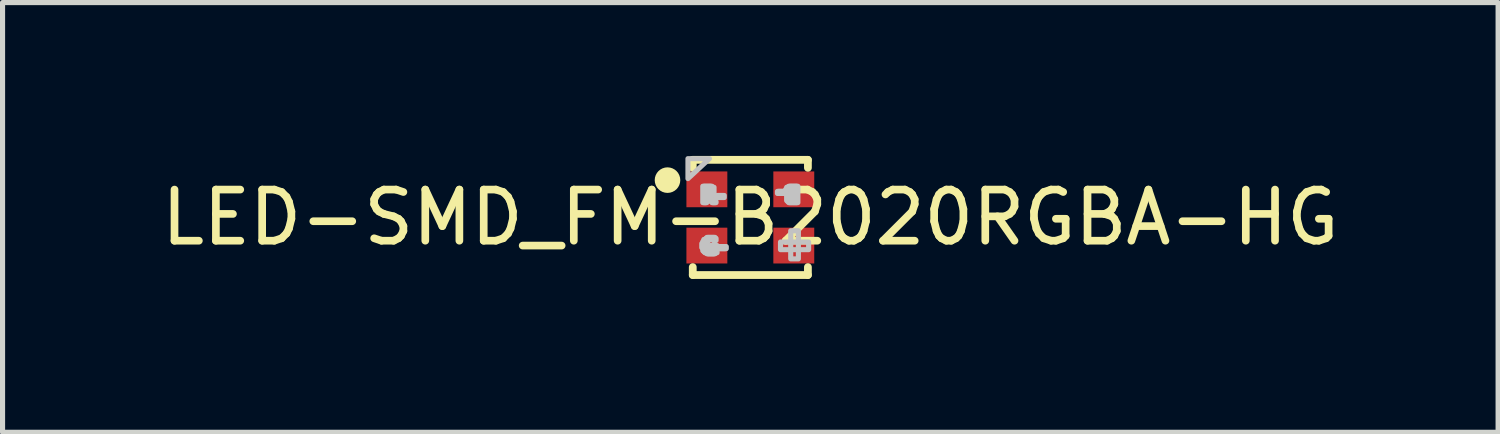
<source format=kicad_pcb>
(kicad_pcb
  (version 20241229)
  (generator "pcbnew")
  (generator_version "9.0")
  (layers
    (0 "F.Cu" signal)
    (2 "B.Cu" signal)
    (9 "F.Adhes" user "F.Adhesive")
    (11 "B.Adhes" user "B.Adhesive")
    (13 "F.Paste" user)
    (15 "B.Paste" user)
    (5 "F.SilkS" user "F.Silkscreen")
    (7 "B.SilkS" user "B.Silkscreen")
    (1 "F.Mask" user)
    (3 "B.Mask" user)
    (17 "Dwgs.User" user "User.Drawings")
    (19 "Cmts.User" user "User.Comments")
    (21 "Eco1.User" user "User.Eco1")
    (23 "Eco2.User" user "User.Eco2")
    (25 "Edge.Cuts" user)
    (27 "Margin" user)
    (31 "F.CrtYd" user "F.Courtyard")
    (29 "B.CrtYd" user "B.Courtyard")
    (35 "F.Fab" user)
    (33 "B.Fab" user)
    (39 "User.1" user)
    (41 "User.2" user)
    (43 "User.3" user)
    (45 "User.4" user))
  (footprint "LED-SMD_FM-B2020RGBA-HG"
    (layer "F.Cu")
    (at 11.625 1.203)
    (property "Reference" "LED-SMD_FM-B2020RGBA-HG" (at 0 0 0) (layer "F.SilkS") (effects (font (size 1 1) (thickness 0.15))))
    (fp_line (start -1.126 -1.127) (end 1.126 -1.127) (stroke (width 0.152) (type default)) (layer "F.SilkS"))
    (fp_line (start -1.126 -0.971) (end -1.126 -1.127) (stroke (width 0.152) (type default)) (layer "F.SilkS"))
    (fp_line (start -1.126 0.971) (end -1.126 1.126) (stroke (width 0.152) (type default)) (layer "F.SilkS"))
    (fp_line (start -1.126 1.126) (end 1.126 1.126) (stroke (width 0.152) (type default)) (layer "F.SilkS"))
    (fp_line (start 1.126 -1.127) (end 1.126 -0.971) (stroke (width 0.152) (type default)) (layer "F.SilkS"))
    (fp_line (start 1.126 1.126) (end 1.126 0.971) (stroke (width 0.152) (type default)) (layer "F.SilkS"))
    (fp_circle (center -1.62 -0.73) (end -1.495 -0.73) (stroke (width 0.25) (type default)) (fill no) (layer "F.SilkS"))
    (fp_poly (pts (xy -0.8 -1.15) (xy -1.22 -1.15) (xy -1.22 -0.76)) (stroke (width 0.1) (type default)) (fill no) (layer "Dwgs.User"))
    (fp_poly (pts (xy -0.95 0.51) (xy -0.93 0.51) (xy -0.93 0.59) (xy -0.95 0.59)) (stroke (width 0.1) (type default)) (fill no) (layer "Dwgs.User"))
    (fp_poly (pts (xy -0.93 -0.61) (xy -0.91 -0.61) (xy -0.91 -0.29) (xy -0.93 -0.29)) (stroke (width 0.1) (type default)) (fill no) (layer "Dwgs.User"))
    (fp_poly (pts (xy -0.93 0.47) (xy -0.91 0.47) (xy -0.91 0.65) (xy -0.93 0.65)) (stroke (width 0.1) (type default)) (fill no) (layer "Dwgs.User"))
    (fp_poly (pts (xy -0.91 -0.61) (xy -0.89 -0.61) (xy -0.89 -0.29) (xy -0.91 -0.29)) (stroke (width 0.1) (type default)) (fill no) (layer "Dwgs.User"))
    (fp_poly (pts (xy -0.91 0.43) (xy -0.89 0.43) (xy -0.89 0.67) (xy -0.91 0.67)) (stroke (width 0.1) (type default)) (fill no) (layer "Dwgs.User"))
    (fp_poly (pts (xy -0.89 -0.61) (xy -0.87 -0.61) (xy -0.87 -0.29) (xy -0.89 -0.29)) (stroke (width 0.1) (type default)) (fill no) (layer "Dwgs.User"))
    (fp_poly (pts (xy -0.89 0.43) (xy -0.87 0.43) (xy -0.87 0.69) (xy -0.89 0.69)) (stroke (width 0.1) (type default)) (fill no) (layer "Dwgs.User"))
    (fp_poly (pts (xy -0.87 -0.61) (xy -0.85 -0.61) (xy -0.85 -0.29) (xy -0.87 -0.29)) (stroke (width 0.1) (type default)) (fill no) (layer "Dwgs.User"))
    (fp_poly (pts (xy -0.87 0.41) (xy -0.85 0.41) (xy -0.85 0.49) (xy -0.87 0.49)) (stroke (width 0.1) (type default)) (fill no) (layer "Dwgs.User"))
    (fp_poly (pts (xy -0.87 0.61) (xy -0.85 0.61) (xy -0.85 0.69) (xy -0.87 0.69)) (stroke (width 0.1) (type default)) (fill no) (layer "Dwgs.User"))
    (fp_poly (pts (xy -0.85 -0.61) (xy -0.83 -0.61) (xy -0.83 -0.57) (xy -0.85 -0.57)) (stroke (width 0.1) (type default)) (fill no) (layer "Dwgs.User"))
    (fp_poly (pts (xy -0.85 -0.47) (xy -0.83 -0.47) (xy -0.83 -0.43) (xy -0.85 -0.43)) (stroke (width 0.1) (type default)) (fill no) (layer "Dwgs.User"))
    (fp_poly (pts (xy -0.85 0.39) (xy -0.83 0.39) (xy -0.83 0.47) (xy -0.85 0.47)) (stroke (width 0.1) (type default)) (fill no) (layer "Dwgs.User"))
    (fp_poly (pts (xy -0.85 0.65) (xy -0.83 0.65) (xy -0.83 0.71) (xy -0.85 0.71)) (stroke (width 0.1) (type default)) (fill no) (layer "Dwgs.User"))
    (fp_poly (pts (xy -0.83 -0.61) (xy -0.81 -0.61) (xy -0.81 -0.57) (xy -0.83 -0.57)) (stroke (width 0.1) (type default)) (fill no) (layer "Dwgs.User"))
    (fp_poly (pts (xy -0.83 -0.47) (xy -0.81 -0.47) (xy -0.81 -0.41) (xy -0.83 -0.41)) (stroke (width 0.1) (type default)) (fill no) (layer "Dwgs.User"))
    (fp_poly (pts (xy -0.83 0.39) (xy -0.81 0.39) (xy -0.81 0.45) (xy -0.83 0.45)) (stroke (width 0.1) (type default)) (fill no) (layer "Dwgs.User"))
    (fp_poly (pts (xy -0.83 0.65) (xy -0.81 0.65) (xy -0.81 0.71) (xy -0.83 0.71)) (stroke (width 0.1) (type default)) (fill no) (layer "Dwgs.User"))
    (fp_poly (pts (xy -0.81 -0.61) (xy -0.79 -0.61) (xy -0.79 -0.57) (xy -0.81 -0.57)) (stroke (width 0.1) (type default)) (fill no) (layer "Dwgs.User"))
    (fp_poly (pts (xy -0.81 -0.47) (xy -0.79 -0.47) (xy -0.79 -0.39) (xy -0.81 -0.39)) (stroke (width 0.1) (type default)) (fill no) (layer "Dwgs.User"))
    (fp_poly (pts (xy -0.81 0.39) (xy -0.79 0.39) (xy -0.79 0.43) (xy -0.81 0.43)) (stroke (width 0.1) (type default)) (fill no) (layer "Dwgs.User"))
    (fp_poly (pts (xy -0.81 0.67) (xy -0.79 0.67) (xy -0.79 0.71) (xy -0.81 0.71)) (stroke (width 0.1) (type default)) (fill no) (layer "Dwgs.User"))
    (fp_poly (pts (xy -0.79 -0.61) (xy -0.77 -0.61) (xy -0.77 -0.55) (xy -0.79 -0.55)) (stroke (width 0.1) (type default)) (fill no) (layer "Dwgs.User"))
    (fp_poly (pts (xy -0.79 -0.49) (xy -0.77 -0.49) (xy -0.77 -0.35) (xy -0.79 -0.35)) (stroke (width 0.1) (type default)) (fill no) (layer "Dwgs.User"))
    (fp_poly (pts (xy -0.79 0.39) (xy -0.77 0.39) (xy -0.77 0.43) (xy -0.79 0.43)) (stroke (width 0.1) (type default)) (fill no) (layer "Dwgs.User"))
    (fp_poly (pts (xy -0.79 0.55) (xy -0.77 0.55) (xy -0.77 0.59) (xy -0.79 0.59)) (stroke (width 0.1) (type default)) (fill no) (layer "Dwgs.User"))
    (fp_poly (pts (xy -0.79 0.67) (xy -0.77 0.67) (xy -0.77 0.71) (xy -0.79 0.71)) (stroke (width 0.1) (type default)) (fill no) (layer "Dwgs.User"))
    (fp_poly (pts (xy -0.77 -0.61) (xy -0.75 -0.61) (xy -0.75 -0.45) (xy -0.77 -0.45)) (stroke (width 0.1) (type default)) (fill no) (layer "Dwgs.User"))
    (fp_poly (pts (xy -0.77 -0.43) (xy -0.75 -0.43) (xy -0.75 -0.31) (xy -0.77 -0.31)) (stroke (width 0.1) (type default)) (fill no) (layer "Dwgs.User"))
    (fp_poly (pts (xy -0.77 0.39) (xy -0.75 0.39) (xy -0.75 0.43) (xy -0.77 0.43)) (stroke (width 0.1) (type default)) (fill no) (layer "Dwgs.User"))
    (fp_poly (pts (xy -0.77 0.55) (xy -0.75 0.55) (xy -0.75 0.59) (xy -0.77 0.59)) (stroke (width 0.1) (type default)) (fill no) (layer "Dwgs.User"))
    (fp_poly (pts (xy -0.77 0.67) (xy -0.75 0.67) (xy -0.75 0.71) (xy -0.77 0.71)) (stroke (width 0.1) (type default)) (fill no) (layer "Dwgs.User"))
    (fp_poly (pts (xy -0.75 -0.59) (xy -0.73 -0.59) (xy -0.73 -0.45) (xy -0.75 -0.45)) (stroke (width 0.1) (type default)) (fill no) (layer "Dwgs.User"))
    (fp_poly (pts (xy -0.75 -0.41) (xy -0.73 -0.41) (xy -0.73 -0.29) (xy -0.75 -0.29)) (stroke (width 0.1) (type default)) (fill no) (layer "Dwgs.User"))
    (fp_poly (pts (xy -0.75 0.39) (xy -0.73 0.39) (xy -0.73 0.43) (xy -0.75 0.43)) (stroke (width 0.1) (type default)) (fill no) (layer "Dwgs.User"))
    (fp_poly (pts (xy -0.75 0.55) (xy -0.73 0.55) (xy -0.73 0.59) (xy -0.75 0.59)) (stroke (width 0.1) (type default)) (fill no) (layer "Dwgs.User"))
    (fp_poly (pts (xy -0.75 0.67) (xy -0.73 0.67) (xy -0.73 0.71) (xy -0.75 0.71)) (stroke (width 0.1) (type default)) (fill no) (layer "Dwgs.User"))
    (fp_poly (pts (xy -0.73 -0.59) (xy -0.71 -0.59) (xy -0.71 -0.47) (xy -0.73 -0.47)) (stroke (width 0.1) (type default)) (fill no) (layer "Dwgs.User"))
    (fp_poly (pts (xy -0.73 -0.39) (xy -0.71 -0.39) (xy -0.71 -0.29) (xy -0.73 -0.29)) (stroke (width 0.1) (type default)) (fill no) (layer "Dwgs.User"))
    (fp_poly (pts (xy -0.73 0.39) (xy -0.71 0.39) (xy -0.71 0.45) (xy -0.73 0.45)) (stroke (width 0.1) (type default)) (fill no) (layer "Dwgs.User"))
    (fp_poly (pts (xy -0.73 0.55) (xy -0.71 0.55) (xy -0.71 0.71) (xy -0.73 0.71)) (stroke (width 0.1) (type default)) (fill no) (layer "Dwgs.User"))
    (fp_poly (pts (xy -0.71 -0.35) (xy -0.69 -0.35) (xy -0.69 -0.29) (xy -0.71 -0.29)) (stroke (width 0.1) (type default)) (fill no) (layer "Dwgs.User"))
    (fp_poly (pts (xy -0.71 0.39) (xy -0.69 0.39) (xy -0.69 0.45) (xy -0.71 0.45)) (stroke (width 0.1) (type default)) (fill no) (layer "Dwgs.User"))
    (fp_poly (pts (xy -0.71 0.55) (xy -0.69 0.55) (xy -0.69 0.71) (xy -0.71 0.71)) (stroke (width 0.1) (type default)) (fill no) (layer "Dwgs.User"))
    (fp_poly (pts (xy -0.69 -0.31) (xy -0.67 -0.31) (xy -0.67 -0.29) (xy -0.69 -0.29)) (stroke (width 0.1) (type default)) (fill no) (layer "Dwgs.User"))
    (fp_poly (pts (xy -0.69 0.41) (xy -0.67 0.41) (xy -0.67 0.45) (xy -0.69 0.45)) (stroke (width 0.1) (type default)) (fill no) (layer "Dwgs.User"))
    (fp_poly (pts (xy -0.69 0.55) (xy -0.67 0.55) (xy -0.67 0.69) (xy -0.69 0.69)) (stroke (width 0.1) (type default)) (fill no) (layer "Dwgs.User"))
    (fp_poly (pts (xy -0.67 0.55) (xy -0.65 0.55) (xy -0.65 0.69) (xy -0.67 0.69)) (stroke (width 0.1) (type default)) (fill no) (layer "Dwgs.User"))
    (fp_poly (pts (xy -0.65 -0.43) (xy -0.63 -0.43) (xy -0.63 -0.39) (xy -0.65 -0.39)) (stroke (width 0.1) (type default)) (fill no) (layer "Dwgs.User"))
    (fp_poly (pts (xy -0.63 -0.43) (xy -0.61 -0.43) (xy -0.61 -0.39) (xy -0.63 -0.39)) (stroke (width 0.1) (type default)) (fill no) (layer "Dwgs.User"))
    (fp_poly (pts (xy -0.61 -0.43) (xy -0.59 -0.43) (xy -0.59 -0.39) (xy -0.61 -0.39)) (stroke (width 0.1) (type default)) (fill no) (layer "Dwgs.User"))
    (fp_poly (pts (xy -0.61 0.57) (xy -0.59 0.57) (xy -0.59 0.61) (xy -0.61 0.61)) (stroke (width 0.1) (type default)) (fill no) (layer "Dwgs.User"))
    (fp_poly (pts (xy -0.59 -0.43) (xy -0.57 -0.43) (xy -0.57 -0.39) (xy -0.59 -0.39)) (stroke (width 0.1) (type default)) (fill no) (layer "Dwgs.User"))
    (fp_poly (pts (xy -0.59 0.57) (xy -0.57 0.57) (xy -0.57 0.61) (xy -0.59 0.61)) (stroke (width 0.1) (type default)) (fill no) (layer "Dwgs.User"))
    (fp_poly (pts (xy -0.57 -0.43) (xy -0.55 -0.43) (xy -0.55 -0.39) (xy -0.57 -0.39)) (stroke (width 0.1) (type default)) (fill no) (layer "Dwgs.User"))
    (fp_poly (pts (xy -0.57 0.57) (xy -0.55 0.57) (xy -0.55 0.61) (xy -0.57 0.61)) (stroke (width 0.1) (type default)) (fill no) (layer "Dwgs.User"))
    (fp_poly (pts (xy -0.55 -0.43) (xy -0.53 -0.43) (xy -0.53 -0.39) (xy -0.55 -0.39)) (stroke (width 0.1) (type default)) (fill no) (layer "Dwgs.User"))
    (fp_poly (pts (xy -0.55 0.57) (xy -0.53 0.57) (xy -0.53 0.61) (xy -0.55 0.61)) (stroke (width 0.1) (type default)) (fill no) (layer "Dwgs.User"))
    (fp_poly (pts (xy -0.53 -0.43) (xy -0.51 -0.43) (xy -0.51 -0.39) (xy -0.53 -0.39)) (stroke (width 0.1) (type default)) (fill no) (layer "Dwgs.User"))
    (fp_poly (pts (xy -0.53 0.57) (xy -0.51 0.57) (xy -0.51 0.61) (xy -0.53 0.61)) (stroke (width 0.1) (type default)) (fill no) (layer "Dwgs.User"))
    (fp_poly (pts (xy -0.51 0.57) (xy -0.49 0.57) (xy -0.49 0.61) (xy -0.51 0.61)) (stroke (width 0.1) (type default)) (fill no) (layer "Dwgs.User"))
    (fp_poly (pts (xy -0.49 0.57) (xy -0.47 0.57) (xy -0.47 0.61) (xy -0.49 0.61)) (stroke (width 0.1) (type default)) (fill no) (layer "Dwgs.User"))
    (fp_poly (pts (xy 0.53 -0.51) (xy 0.55 -0.51) (xy 0.55 -0.47) (xy 0.53 -0.47)) (stroke (width 0.1) (type default)) (fill no) (layer "Dwgs.User"))
    (fp_poly (pts (xy 0.55 -0.51) (xy 0.57 -0.51) (xy 0.57 -0.47) (xy 0.55 -0.47)) (stroke (width 0.1) (type default)) (fill no) (layer "Dwgs.User"))
    (fp_poly (pts (xy 0.57 -0.51) (xy 0.59 -0.51) (xy 0.59 -0.47) (xy 0.57 -0.47)) (stroke (width 0.1) (type default)) (fill no) (layer "Dwgs.User"))
    (fp_poly (pts (xy 0.59 -0.51) (xy 0.61 -0.51) (xy 0.61 -0.47) (xy 0.59 -0.47)) (stroke (width 0.1) (type default)) (fill no) (layer "Dwgs.User"))
    (fp_poly (pts (xy 0.61 -0.51) (xy 0.63 -0.51) (xy 0.63 -0.47) (xy 0.61 -0.47)) (stroke (width 0.1) (type default)) (fill no) (layer "Dwgs.User"))
    (fp_poly (pts (xy 0.63 -0.51) (xy 0.65 -0.51) (xy 0.65 -0.47) (xy 0.63 -0.47)) (stroke (width 0.1) (type default)) (fill no) (layer "Dwgs.User"))
    (fp_poly (pts (xy 0.65 -0.51) (xy 0.67 -0.51) (xy 0.67 -0.47) (xy 0.65 -0.47)) (stroke (width 0.1) (type default)) (fill no) (layer "Dwgs.User"))
    (fp_poly (pts (xy 0.69 -0.55) (xy 0.71 -0.55) (xy 0.71 -0.49) (xy 0.69 -0.49)) (stroke (width 0.1) (type default)) (fill no) (layer "Dwgs.User"))
    (fp_poly (pts (xy 0.71 -0.59) (xy 0.73 -0.59) (xy 0.73 -0.47) (xy 0.71 -0.47)) (stroke (width 0.1) (type default)) (fill no) (layer "Dwgs.User"))
    (fp_poly (pts (xy 0.71 -0.41) (xy 0.73 -0.41) (xy 0.73 -0.33) (xy 0.71 -0.33)) (stroke (width 0.1) (type default)) (fill no) (layer "Dwgs.User"))
    (fp_poly (pts (xy 0.73 -0.59) (xy 0.75 -0.59) (xy 0.75 -0.45) (xy 0.73 -0.45)) (stroke (width 0.1) (type default)) (fill no) (layer "Dwgs.User"))
    (fp_poly (pts (xy 0.73 -0.43) (xy 0.75 -0.43) (xy 0.75 -0.31) (xy 0.73 -0.31)) (stroke (width 0.1) (type default)) (fill no) (layer "Dwgs.User"))
    (fp_poly (pts (xy 0.75 -0.61) (xy 0.77 -0.61) (xy 0.77 -0.29) (xy 0.75 -0.29)) (stroke (width 0.1) (type default)) (fill no) (layer "Dwgs.User"))
    (fp_poly (pts (xy 0.77 -0.61) (xy 0.79 -0.61) (xy 0.79 -0.55) (xy 0.77 -0.55)) (stroke (width 0.1) (type default)) (fill no) (layer "Dwgs.User"))
    (fp_poly (pts (xy 0.77 -0.49) (xy 0.79 -0.49) (xy 0.79 -0.29) (xy 0.77 -0.29)) (stroke (width 0.1) (type default)) (fill no) (layer "Dwgs.User"))
    (fp_poly (pts (xy 0.79 -0.61) (xy 0.81 -0.61) (xy 0.81 -0.57) (xy 0.79 -0.57)) (stroke (width 0.1) (type default)) (fill no) (layer "Dwgs.User"))
    (fp_poly (pts (xy 0.79 -0.47) (xy 0.81 -0.47) (xy 0.81 -0.41) (xy 0.79 -0.41)) (stroke (width 0.1) (type default)) (fill no) (layer "Dwgs.User"))
    (fp_poly (pts (xy 0.79 -0.33) (xy 0.81 -0.33) (xy 0.81 -0.29) (xy 0.79 -0.29)) (stroke (width 0.1) (type default)) (fill no) (layer "Dwgs.User"))
    (fp_poly (pts (xy 0.81 -0.61) (xy 0.83 -0.61) (xy 0.83 -0.57) (xy 0.81 -0.57)) (stroke (width 0.1) (type default)) (fill no) (layer "Dwgs.User"))
    (fp_poly (pts (xy 0.81 -0.47) (xy 0.83 -0.47) (xy 0.83 -0.43) (xy 0.81 -0.43)) (stroke (width 0.1) (type default)) (fill no) (layer "Dwgs.User"))
    (fp_poly (pts (xy 0.81 -0.33) (xy 0.83 -0.33) (xy 0.83 -0.29) (xy 0.81 -0.29)) (stroke (width 0.1) (type default)) (fill no) (layer "Dwgs.User"))
    (fp_poly (pts (xy 0.83 -0.61) (xy 0.85 -0.61) (xy 0.85 -0.57) (xy 0.83 -0.57)) (stroke (width 0.1) (type default)) (fill no) (layer "Dwgs.User"))
    (fp_poly (pts (xy 0.83 -0.47) (xy 0.85 -0.47) (xy 0.85 -0.43) (xy 0.83 -0.43)) (stroke (width 0.1) (type default)) (fill no) (layer "Dwgs.User"))
    (fp_poly (pts (xy 0.83 -0.33) (xy 0.85 -0.33) (xy 0.85 -0.29) (xy 0.83 -0.29)) (stroke (width 0.1) (type default)) (fill no) (layer "Dwgs.User"))
    (fp_poly (pts (xy 0.85 -0.61) (xy 0.87 -0.61) (xy 0.87 -0.29) (xy 0.85 -0.29)) (stroke (width 0.1) (type default)) (fill no) (layer "Dwgs.User"))
    (fp_poly (pts (xy 0.87 -0.61) (xy 0.89 -0.61) (xy 0.89 -0.29) (xy 0.87 -0.29)) (stroke (width 0.1) (type default)) (fill no) (layer "Dwgs.User"))
    (fp_poly (pts (xy 0.89 -0.61) (xy 0.91 -0.61) (xy 0.91 -0.29) (xy 0.89 -0.29)) (stroke (width 0.1) (type default)) (fill no) (layer "Dwgs.User"))
    (fp_poly (pts (xy 0.91 -0.61) (xy 0.93 -0.61) (xy 0.93 -0.29) (xy 0.91 -0.29)) (stroke (width 0.1) (type default)) (fill no) (layer "Dwgs.User"))
    (fp_poly (pts (xy 0.59 0.48) (xy 1.14 0.48) (xy 1.14 0.63) (xy 0.59 0.63) (xy 0.59 0.62)) (stroke (width 0.1) (type default)) (fill no) (layer "Dwgs.User"))
    (fp_poly (pts (xy 0.79 0.81) (xy 0.79 0.26) (xy 0.94 0.26) (xy 0.94 0.81) (xy 0.93 0.81)) (stroke (width 0.1) (type default)) (fill no) (layer "Dwgs.User"))
    (fp_poly (pts (xy -1.05 -0.3) (xy -1.05 -0.8) (xy -0.55 -0.8) (xy -0.55 -0.3)) (stroke (width 0.1) (type default)) (fill no) (layer "User.1"))
    (fp_poly (pts (xy -1.05 0.8) (xy -1.05 0.3) (xy -0.55 0.3) (xy -0.55 0.8)) (stroke (width 0.1) (type default)) (fill no) (layer "User.1"))
    (fp_poly (pts (xy 0.55 -0.3) (xy 0.55 -0.8) (xy 1.05 -0.8) (xy 1.05 -0.3)) (stroke (width 0.1) (type default)) (fill no) (layer "User.1"))
    (fp_poly (pts (xy 0.55 0.8) (xy 0.55 0.3) (xy 1.05 0.3) (xy 1.05 0.8)) (stroke (width 0.1) (type default)) (fill no) (layer "User.1"))
    (fp_line (start -1.05 -1.05) (end 1.05 -1.05) (stroke (width 0.051) (type default)) (layer "User.2"))
    (fp_line (start -1.05 1.05) (end -1.05 -1.05) (stroke (width 0.051) (type default)) (layer "User.2"))
    (fp_line (start 1.05 -1.05) (end 1.05 1.05) (stroke (width 0.051) (type default)) (layer "User.2"))
    (fp_line (start 1.05 1.05) (end -1.05 1.05) (stroke (width 0.051) (type default)) (layer "User.2"))
    (fp_poly (pts (xy -0.995 -1.073) (xy -1.027 -1.105) (xy -1.073 -1.105) (xy -1.105 -1.073) (xy -1.105 -1.027) (xy -1.073 -0.995) (xy -1.027 -0.995) (xy -0.995 -1.027)) (stroke (width 0.1) (type default)) (fill no) (layer "User.3"))
    (pad "1" smd rect (at -0.85 -0.55 270) (size 0.7 0.8) (layers "F.Cu" "F.Mask" "F.Paste"))
    (pad "2" smd rect (at 0.85 -0.55 270) (size 0.7 0.8) (layers "F.Cu" "F.Mask" "F.Paste"))
    (pad "3" smd rect (at 0.85 0.55 270) (size 0.7 0.8) (layers "F.Cu" "F.Mask" "F.Paste"))
    (pad "4" smd rect (at -0.85 0.55 270) (size 0.7 0.8) (layers "F.Cu" "F.Mask" "F.Paste")))
  (gr_rect
    (start -3 -3)
    (end 26.25 5.405)
    (stroke (width 0.1) (type default))
    (fill no)
    (layer "Edge.Cuts")))
</source>
